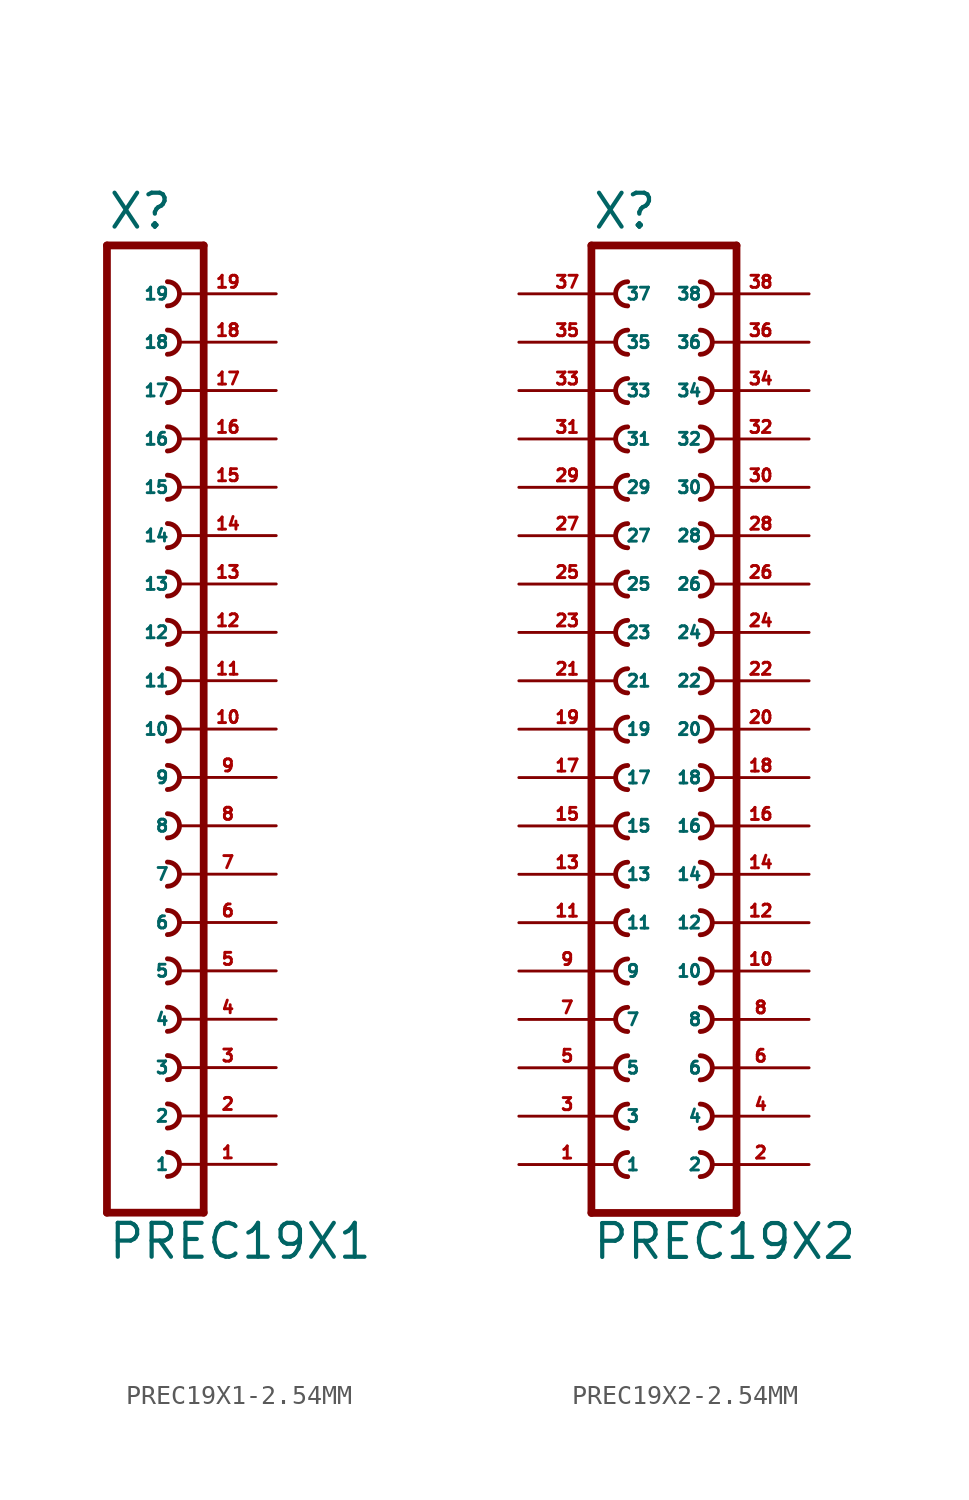
<source format=kicad_sym>
(kicad_symbol_lib
  (version 20220914)
  (generator Eagle2Kicad)
  (symbol "PREC19X1-2.54MM"
    (property "Reference" "X"
      (at -1.27 26.162 0)
      (effects (font (size 1.778 1.778) (thickness 0.22)) (justify left bottom)))
    (property "Value" "PREC19X1"
      (at -1.27 -27.94 0)
      (effects (font (size 1.778 1.778) (thickness 0.22)) (justify left bottom)))
    (polyline
      (pts (xy 3.81 -25.4) (xy -1.27 -25.4))
      (stroke (width 0.406) (type default))
      (fill (type none)))
    (arc
      (start 1.905 -13.335)
      (mid 2.540 -12.700)
      (end 1.905 -12.065)
      (stroke (width 0.254) (type default))
      (fill (type none)))
    (arc
      (start 1.905 -15.875)
      (mid 2.540 -15.240)
      (end 1.905 -14.605)
      (stroke (width 0.254) (type default))
      (fill (type none)))
    (arc
      (start 1.905 -18.415)
      (mid 2.540 -17.780)
      (end 1.905 -17.145)
      (stroke (width 0.254) (type default))
      (fill (type none)))
    (arc
      (start 1.905 -8.255)
      (mid 2.540 -7.620)
      (end 1.905 -6.985)
      (stroke (width 0.254) (type default))
      (fill (type none)))
    (arc
      (start 1.905 -10.795)
      (mid 2.540 -10.160)
      (end 1.905 -9.525)
      (stroke (width 0.254) (type default))
      (fill (type none)))
    (arc
      (start 1.905 -0.635)
      (mid 2.540 0.000)
      (end 1.905 0.635)
      (stroke (width 0.254) (type default))
      (fill (type none)))
    (arc
      (start 1.905 -3.175)
      (mid 2.540 -2.540)
      (end 1.905 -1.905)
      (stroke (width 0.254) (type default))
      (fill (type none)))
    (arc
      (start 1.905 -5.715)
      (mid 2.540 -5.080)
      (end 1.905 -4.445)
      (stroke (width 0.254) (type default))
      (fill (type none)))
    (arc
      (start 1.905 4.445)
      (mid 2.540 5.080)
      (end 1.905 5.715)
      (stroke (width 0.254) (type default))
      (fill (type none)))
    (arc
      (start 1.905 1.905)
      (mid 2.540 2.540)
      (end 1.905 3.175)
      (stroke (width 0.254) (type default))
      (fill (type none)))
    (arc
      (start 1.905 12.065)
      (mid 2.540 12.700)
      (end 1.905 13.335)
      (stroke (width 0.254) (type default))
      (fill (type none)))
    (arc
      (start 1.905 9.525)
      (mid 2.540 10.160)
      (end 1.905 10.795)
      (stroke (width 0.254) (type default))
      (fill (type none)))
    (arc
      (start 1.905 6.985)
      (mid 2.540 7.620)
      (end 1.905 8.255)
      (stroke (width 0.254) (type default))
      (fill (type none)))
    (arc
      (start 1.905 17.145)
      (mid 2.540 17.780)
      (end 1.905 18.415)
      (stroke (width 0.254) (type default))
      (fill (type none)))
    (arc
      (start 1.905 14.605)
      (mid 2.540 15.240)
      (end 1.905 15.875)
      (stroke (width 0.254) (type default))
      (fill (type none)))
    (polyline
      (pts (xy -1.27 25.4) (xy -1.27 -25.4))
      (stroke (width 0.406) (type default))
      (fill (type none)))
    (polyline
      (pts (xy 3.81 -25.4) (xy 3.81 25.4))
      (stroke (width 0.406) (type default))
      (fill (type none)))
    (polyline
      (pts (xy -1.27 25.4) (xy 3.81 25.4))
      (stroke (width 0.406) (type default))
      (fill (type none)))
    (arc
      (start 1.905 19.685)
      (mid 2.540 20.320)
      (end 1.905 20.955)
      (stroke (width 0.254) (type default))
      (fill (type none)))
    (arc
      (start 1.905 -20.955)
      (mid 2.540 -20.320)
      (end 1.905 -19.685)
      (stroke (width 0.254) (type default))
      (fill (type none)))
    (arc
      (start 1.905 22.225)
      (mid 2.540 22.860)
      (end 1.905 23.495)
      (stroke (width 0.254) (type default))
      (fill (type none)))
    (arc
      (start 1.905 -23.495)
      (mid 2.540 -22.860)
      (end 1.905 -22.225)
      (stroke (width 0.254) (type default))
      (fill (type none)))
    (pin passive line
      (at 7.62 -22.86 180)
      (length 5.08)
      (name "1" (effects (font (size 0.635 0.635) (thickness 0.08)) (justify left bottom)))
      (number "1" (effects (font (size 0.635 0.635) (thickness 0.08)) (justify left bottom))))
    (pin passive line
      (at 7.62 -20.32 180)
      (length 5.08)
      (name "2" (effects (font (size 0.635 0.635) (thickness 0.08)) (justify left bottom)))
      (number "2" (effects (font (size 0.635 0.635) (thickness 0.08)) (justify left bottom))))
    (pin passive line
      (at 7.62 -17.78 180)
      (length 5.08)
      (name "3" (effects (font (size 0.635 0.635) (thickness 0.08)) (justify left bottom)))
      (number "3" (effects (font (size 0.635 0.635) (thickness 0.08)) (justify left bottom))))
    (pin passive line
      (at 7.62 -15.24 180)
      (length 5.08)
      (name "4" (effects (font (size 0.635 0.635) (thickness 0.08)) (justify left bottom)))
      (number "4" (effects (font (size 0.635 0.635) (thickness 0.08)) (justify left bottom))))
    (pin passive line
      (at 7.62 -12.7 180)
      (length 5.08)
      (name "5" (effects (font (size 0.635 0.635) (thickness 0.08)) (justify left bottom)))
      (number "5" (effects (font (size 0.635 0.635) (thickness 0.08)) (justify left bottom))))
    (pin passive line
      (at 7.62 -10.16 180)
      (length 5.08)
      (name "6" (effects (font (size 0.635 0.635) (thickness 0.08)) (justify left bottom)))
      (number "6" (effects (font (size 0.635 0.635) (thickness 0.08)) (justify left bottom))))
    (pin passive line
      (at 7.62 -7.62 180)
      (length 5.08)
      (name "7" (effects (font (size 0.635 0.635) (thickness 0.08)) (justify left bottom)))
      (number "7" (effects (font (size 0.635 0.635) (thickness 0.08)) (justify left bottom))))
    (pin passive line
      (at 7.62 -5.08 180)
      (length 5.08)
      (name "8" (effects (font (size 0.635 0.635) (thickness 0.08)) (justify left bottom)))
      (number "8" (effects (font (size 0.635 0.635) (thickness 0.08)) (justify left bottom))))
    (pin passive line
      (at 7.62 -2.54 180)
      (length 5.08)
      (name "9" (effects (font (size 0.635 0.635) (thickness 0.08)) (justify left bottom)))
      (number "9" (effects (font (size 0.635 0.635) (thickness 0.08)) (justify left bottom))))
    (pin passive line
      (at 7.62 0 180)
      (length 5.08)
      (name "10" (effects (font (size 0.635 0.635) (thickness 0.08)) (justify left bottom)))
      (number "10" (effects (font (size 0.635 0.635) (thickness 0.08)) (justify left bottom))))
    (pin passive line
      (at 7.62 2.54 180)
      (length 5.08)
      (name "11" (effects (font (size 0.635 0.635) (thickness 0.08)) (justify left bottom)))
      (number "11" (effects (font (size 0.635 0.635) (thickness 0.08)) (justify left bottom))))
    (pin passive line
      (at 7.62 5.08 180)
      (length 5.08)
      (name "12" (effects (font (size 0.635 0.635) (thickness 0.08)) (justify left bottom)))
      (number "12" (effects (font (size 0.635 0.635) (thickness 0.08)) (justify left bottom))))
    (pin passive line
      (at 7.62 7.62 180)
      (length 5.08)
      (name "13" (effects (font (size 0.635 0.635) (thickness 0.08)) (justify left bottom)))
      (number "13" (effects (font (size 0.635 0.635) (thickness 0.08)) (justify left bottom))))
    (pin passive line
      (at 7.62 10.16 180)
      (length 5.08)
      (name "14" (effects (font (size 0.635 0.635) (thickness 0.08)) (justify left bottom)))
      (number "14" (effects (font (size 0.635 0.635) (thickness 0.08)) (justify left bottom))))
    (pin passive line
      (at 7.62 12.7 180)
      (length 5.08)
      (name "15" (effects (font (size 0.635 0.635) (thickness 0.08)) (justify left bottom)))
      (number "15" (effects (font (size 0.635 0.635) (thickness 0.08)) (justify left bottom))))
    (pin passive line
      (at 7.62 15.24 180)
      (length 5.08)
      (name "16" (effects (font (size 0.635 0.635) (thickness 0.08)) (justify left bottom)))
      (number "16" (effects (font (size 0.635 0.635) (thickness 0.08)) (justify left bottom))))
    (pin passive line
      (at 7.62 17.78 180)
      (length 5.08)
      (name "17" (effects (font (size 0.635 0.635) (thickness 0.08)) (justify left bottom)))
      (number "17" (effects (font (size 0.635 0.635) (thickness 0.08)) (justify left bottom))))
    (pin passive line
      (at 7.62 20.32 180)
      (length 5.08)
      (name "18" (effects (font (size 0.635 0.635) (thickness 0.08)) (justify left bottom)))
      (number "18" (effects (font (size 0.635 0.635) (thickness 0.08)) (justify left bottom))))
    (pin passive line
      (at 7.62 22.86 180)
      (length 5.08)
      (name "19" (effects (font (size 0.635 0.635) (thickness 0.08)) (justify left bottom)))
      (number "19" (effects (font (size 0.635 0.635) (thickness 0.08)) (justify left bottom)))))
  (symbol "PREC19X2-2.54MM"
    (property "Reference" "X"
      (at -3.81 26.162 0)
      (effects (font (size 1.778 1.778) (thickness 0.22)) (justify left bottom)))
    (property "Value" "PREC19X2"
      (at -3.81 -27.94 0)
      (effects (font (size 1.778 1.778) (thickness 0.22)) (justify left bottom)))
    (polyline
      (pts (xy 3.81 -25.4) (xy -3.81 -25.4))
      (stroke (width 0.406) (type default))
      (fill (type none)))
    (arc
      (start -1.905 -14.605)
      (mid -2.540 -15.240)
      (end -1.905 -15.875)
      (stroke (width 0.254) (type default))
      (fill (type none)))
    (arc
      (start -1.905 -17.145)
      (mid -2.540 -17.780)
      (end -1.905 -18.415)
      (stroke (width 0.254) (type default))
      (fill (type none)))
    (arc
      (start -1.905 -19.685)
      (mid -2.540 -20.320)
      (end -1.905 -20.955)
      (stroke (width 0.254) (type default))
      (fill (type none)))
    (arc
      (start 1.905 -15.875)
      (mid 2.540 -15.240)
      (end 1.905 -14.605)
      (stroke (width 0.254) (type default))
      (fill (type none)))
    (arc
      (start 1.905 -18.415)
      (mid 2.540 -17.780)
      (end 1.905 -17.145)
      (stroke (width 0.254) (type default))
      (fill (type none)))
    (arc
      (start 1.905 -20.955)
      (mid 2.540 -20.320)
      (end 1.905 -19.685)
      (stroke (width 0.254) (type default))
      (fill (type none)))
    (arc
      (start -1.905 -9.525)
      (mid -2.540 -10.160)
      (end -1.905 -10.795)
      (stroke (width 0.254) (type default))
      (fill (type none)))
    (arc
      (start -1.905 -12.065)
      (mid -2.540 -12.700)
      (end -1.905 -13.335)
      (stroke (width 0.254) (type default))
      (fill (type none)))
    (arc
      (start 1.905 -10.795)
      (mid 2.540 -10.160)
      (end 1.905 -9.525)
      (stroke (width 0.254) (type default))
      (fill (type none)))
    (arc
      (start 1.905 -13.335)
      (mid 2.540 -12.700)
      (end 1.905 -12.065)
      (stroke (width 0.254) (type default))
      (fill (type none)))
    (arc
      (start -1.905 -1.905)
      (mid -2.540 -2.540)
      (end -1.905 -3.175)
      (stroke (width 0.254) (type default))
      (fill (type none)))
    (arc
      (start -1.905 -4.445)
      (mid -2.540 -5.080)
      (end -1.905 -5.715)
      (stroke (width 0.254) (type default))
      (fill (type none)))
    (arc
      (start -1.905 -6.985)
      (mid -2.540 -7.620)
      (end -1.905 -8.255)
      (stroke (width 0.254) (type default))
      (fill (type none)))
    (arc
      (start 1.905 -3.175)
      (mid 2.540 -2.540)
      (end 1.905 -1.905)
      (stroke (width 0.254) (type default))
      (fill (type none)))
    (arc
      (start 1.905 -5.715)
      (mid 2.540 -5.080)
      (end 1.905 -4.445)
      (stroke (width 0.254) (type default))
      (fill (type none)))
    (arc
      (start 1.905 -8.255)
      (mid 2.540 -7.620)
      (end 1.905 -6.985)
      (stroke (width 0.254) (type default))
      (fill (type none)))
    (arc
      (start -1.905 3.175)
      (mid -2.540 2.540)
      (end -1.905 1.905)
      (stroke (width 0.254) (type default))
      (fill (type none)))
    (arc
      (start -1.905 0.635)
      (mid -2.540 0.000)
      (end -1.905 -0.635)
      (stroke (width 0.254) (type default))
      (fill (type none)))
    (arc
      (start 1.905 1.905)
      (mid 2.540 2.540)
      (end 1.905 3.175)
      (stroke (width 0.254) (type default))
      (fill (type none)))
    (arc
      (start 1.905 -0.635)
      (mid 2.540 0.000)
      (end 1.905 0.635)
      (stroke (width 0.254) (type default))
      (fill (type none)))
    (arc
      (start -1.905 10.795)
      (mid -2.540 10.160)
      (end -1.905 9.525)
      (stroke (width 0.254) (type default))
      (fill (type none)))
    (arc
      (start -1.905 8.255)
      (mid -2.540 7.620)
      (end -1.905 6.985)
      (stroke (width 0.254) (type default))
      (fill (type none)))
    (arc
      (start -1.905 5.715)
      (mid -2.540 5.080)
      (end -1.905 4.445)
      (stroke (width 0.254) (type default))
      (fill (type none)))
    (arc
      (start 1.905 9.525)
      (mid 2.540 10.160)
      (end 1.905 10.795)
      (stroke (width 0.254) (type default))
      (fill (type none)))
    (arc
      (start 1.905 6.985)
      (mid 2.540 7.620)
      (end 1.905 8.255)
      (stroke (width 0.254) (type default))
      (fill (type none)))
    (arc
      (start 1.905 4.445)
      (mid 2.540 5.080)
      (end 1.905 5.715)
      (stroke (width 0.254) (type default))
      (fill (type none)))
    (arc
      (start -1.905 15.875)
      (mid -2.540 15.240)
      (end -1.905 14.605)
      (stroke (width 0.254) (type default))
      (fill (type none)))
    (arc
      (start -1.905 13.335)
      (mid -2.540 12.700)
      (end -1.905 12.065)
      (stroke (width 0.254) (type default))
      (fill (type none)))
    (arc
      (start 1.905 14.605)
      (mid 2.540 15.240)
      (end 1.905 15.875)
      (stroke (width 0.254) (type default))
      (fill (type none)))
    (arc
      (start 1.905 12.065)
      (mid 2.540 12.700)
      (end 1.905 13.335)
      (stroke (width 0.254) (type default))
      (fill (type none)))
    (arc
      (start -1.905 20.955)
      (mid -2.540 20.320)
      (end -1.905 19.685)
      (stroke (width 0.254) (type default))
      (fill (type none)))
    (arc
      (start -1.905 18.415)
      (mid -2.540 17.780)
      (end -1.905 17.145)
      (stroke (width 0.254) (type default))
      (fill (type none)))
    (arc
      (start 1.905 19.685)
      (mid 2.540 20.320)
      (end 1.905 20.955)
      (stroke (width 0.254) (type default))
      (fill (type none)))
    (arc
      (start 1.905 17.145)
      (mid 2.540 17.780)
      (end 1.905 18.415)
      (stroke (width 0.254) (type default))
      (fill (type none)))
    (polyline
      (pts (xy -3.81 25.4) (xy -3.81 -25.4))
      (stroke (width 0.406) (type default))
      (fill (type none)))
    (polyline
      (pts (xy 3.81 -25.4) (xy 3.81 25.4))
      (stroke (width 0.406) (type default))
      (fill (type none)))
    (polyline
      (pts (xy -3.81 25.4) (xy 3.81 25.4))
      (stroke (width 0.406) (type default))
      (fill (type none)))
    (arc
      (start -1.905 23.495)
      (mid -2.540 22.860)
      (end -1.905 22.225)
      (stroke (width 0.254) (type default))
      (fill (type none)))
    (arc
      (start 1.905 22.225)
      (mid 2.540 22.860)
      (end 1.905 23.495)
      (stroke (width 0.254) (type default))
      (fill (type none)))
    (arc
      (start -1.905 -22.225)
      (mid -2.540 -22.860)
      (end -1.905 -23.495)
      (stroke (width 0.254) (type default))
      (fill (type none)))
    (arc
      (start 1.905 -23.495)
      (mid 2.540 -22.860)
      (end 1.905 -22.225)
      (stroke (width 0.254) (type default))
      (fill (type none)))
    (pin passive line
      (at -7.62 -22.86 0)
      (length 5.08)
      (name "1" (effects (font (size 0.635 0.635) (thickness 0.08)) (justify left bottom)))
      (number "1" (effects (font (size 0.635 0.635) (thickness 0.08)) (justify left bottom))))
    (pin passive line
      (at 7.62 -22.86 180)
      (length 5.08)
      (name "2" (effects (font (size 0.635 0.635) (thickness 0.08)) (justify left bottom)))
      (number "2" (effects (font (size 0.635 0.635) (thickness 0.08)) (justify left bottom))))
    (pin passive line
      (at -7.62 -20.32 0)
      (length 5.08)
      (name "3" (effects (font (size 0.635 0.635) (thickness 0.08)) (justify left bottom)))
      (number "3" (effects (font (size 0.635 0.635) (thickness 0.08)) (justify left bottom))))
    (pin passive line
      (at 7.62 -20.32 180)
      (length 5.08)
      (name "4" (effects (font (size 0.635 0.635) (thickness 0.08)) (justify left bottom)))
      (number "4" (effects (font (size 0.635 0.635) (thickness 0.08)) (justify left bottom))))
    (pin passive line
      (at -7.62 -17.78 0)
      (length 5.08)
      (name "5" (effects (font (size 0.635 0.635) (thickness 0.08)) (justify left bottom)))
      (number "5" (effects (font (size 0.635 0.635) (thickness 0.08)) (justify left bottom))))
    (pin passive line
      (at 7.62 -17.78 180)
      (length 5.08)
      (name "6" (effects (font (size 0.635 0.635) (thickness 0.08)) (justify left bottom)))
      (number "6" (effects (font (size 0.635 0.635) (thickness 0.08)) (justify left bottom))))
    (pin passive line
      (at -7.62 -15.24 0)
      (length 5.08)
      (name "7" (effects (font (size 0.635 0.635) (thickness 0.08)) (justify left bottom)))
      (number "7" (effects (font (size 0.635 0.635) (thickness 0.08)) (justify left bottom))))
    (pin passive line
      (at 7.62 -15.24 180)
      (length 5.08)
      (name "8" (effects (font (size 0.635 0.635) (thickness 0.08)) (justify left bottom)))
      (number "8" (effects (font (size 0.635 0.635) (thickness 0.08)) (justify left bottom))))
    (pin passive line
      (at -7.62 -12.7 0)
      (length 5.08)
      (name "9" (effects (font (size 0.635 0.635) (thickness 0.08)) (justify left bottom)))
      (number "9" (effects (font (size 0.635 0.635) (thickness 0.08)) (justify left bottom))))
    (pin passive line
      (at 7.62 -12.7 180)
      (length 5.08)
      (name "10" (effects (font (size 0.635 0.635) (thickness 0.08)) (justify left bottom)))
      (number "10" (effects (font (size 0.635 0.635) (thickness 0.08)) (justify left bottom))))
    (pin passive line
      (at -7.62 -10.16 0)
      (length 5.08)
      (name "11" (effects (font (size 0.635 0.635) (thickness 0.08)) (justify left bottom)))
      (number "11" (effects (font (size 0.635 0.635) (thickness 0.08)) (justify left bottom))))
    (pin passive line
      (at 7.62 -10.16 180)
      (length 5.08)
      (name "12" (effects (font (size 0.635 0.635) (thickness 0.08)) (justify left bottom)))
      (number "12" (effects (font (size 0.635 0.635) (thickness 0.08)) (justify left bottom))))
    (pin passive line
      (at -7.62 -7.62 0)
      (length 5.08)
      (name "13" (effects (font (size 0.635 0.635) (thickness 0.08)) (justify left bottom)))
      (number "13" (effects (font (size 0.635 0.635) (thickness 0.08)) (justify left bottom))))
    (pin passive line
      (at 7.62 -7.62 180)
      (length 5.08)
      (name "14" (effects (font (size 0.635 0.635) (thickness 0.08)) (justify left bottom)))
      (number "14" (effects (font (size 0.635 0.635) (thickness 0.08)) (justify left bottom))))
    (pin passive line
      (at -7.62 -5.08 0)
      (length 5.08)
      (name "15" (effects (font (size 0.635 0.635) (thickness 0.08)) (justify left bottom)))
      (number "15" (effects (font (size 0.635 0.635) (thickness 0.08)) (justify left bottom))))
    (pin passive line
      (at 7.62 -5.08 180)
      (length 5.08)
      (name "16" (effects (font (size 0.635 0.635) (thickness 0.08)) (justify left bottom)))
      (number "16" (effects (font (size 0.635 0.635) (thickness 0.08)) (justify left bottom))))
    (pin passive line
      (at -7.62 -2.54 0)
      (length 5.08)
      (name "17" (effects (font (size 0.635 0.635) (thickness 0.08)) (justify left bottom)))
      (number "17" (effects (font (size 0.635 0.635) (thickness 0.08)) (justify left bottom))))
    (pin passive line
      (at 7.62 -2.54 180)
      (length 5.08)
      (name "18" (effects (font (size 0.635 0.635) (thickness 0.08)) (justify left bottom)))
      (number "18" (effects (font (size 0.635 0.635) (thickness 0.08)) (justify left bottom))))
    (pin passive line
      (at -7.62 0 0)
      (length 5.08)
      (name "19" (effects (font (size 0.635 0.635) (thickness 0.08)) (justify left bottom)))
      (number "19" (effects (font (size 0.635 0.635) (thickness 0.08)) (justify left bottom))))
    (pin passive line
      (at 7.62 0 180)
      (length 5.08)
      (name "20" (effects (font (size 0.635 0.635) (thickness 0.08)) (justify left bottom)))
      (number "20" (effects (font (size 0.635 0.635) (thickness 0.08)) (justify left bottom))))
    (pin passive line
      (at -7.62 2.54 0)
      (length 5.08)
      (name "21" (effects (font (size 0.635 0.635) (thickness 0.08)) (justify left bottom)))
      (number "21" (effects (font (size 0.635 0.635) (thickness 0.08)) (justify left bottom))))
    (pin passive line
      (at 7.62 2.54 180)
      (length 5.08)
      (name "22" (effects (font (size 0.635 0.635) (thickness 0.08)) (justify left bottom)))
      (number "22" (effects (font (size 0.635 0.635) (thickness 0.08)) (justify left bottom))))
    (pin passive line
      (at -7.62 5.08 0)
      (length 5.08)
      (name "23" (effects (font (size 0.635 0.635) (thickness 0.08)) (justify left bottom)))
      (number "23" (effects (font (size 0.635 0.635) (thickness 0.08)) (justify left bottom))))
    (pin passive line
      (at 7.62 5.08 180)
      (length 5.08)
      (name "24" (effects (font (size 0.635 0.635) (thickness 0.08)) (justify left bottom)))
      (number "24" (effects (font (size 0.635 0.635) (thickness 0.08)) (justify left bottom))))
    (pin passive line
      (at -7.62 7.62 0)
      (length 5.08)
      (name "25" (effects (font (size 0.635 0.635) (thickness 0.08)) (justify left bottom)))
      (number "25" (effects (font (size 0.635 0.635) (thickness 0.08)) (justify left bottom))))
    (pin passive line
      (at 7.62 7.62 180)
      (length 5.08)
      (name "26" (effects (font (size 0.635 0.635) (thickness 0.08)) (justify left bottom)))
      (number "26" (effects (font (size 0.635 0.635) (thickness 0.08)) (justify left bottom))))
    (pin passive line
      (at -7.62 10.16 0)
      (length 5.08)
      (name "27" (effects (font (size 0.635 0.635) (thickness 0.08)) (justify left bottom)))
      (number "27" (effects (font (size 0.635 0.635) (thickness 0.08)) (justify left bottom))))
    (pin passive line
      (at 7.62 10.16 180)
      (length 5.08)
      (name "28" (effects (font (size 0.635 0.635) (thickness 0.08)) (justify left bottom)))
      (number "28" (effects (font (size 0.635 0.635) (thickness 0.08)) (justify left bottom))))
    (pin passive line
      (at -7.62 12.7 0)
      (length 5.08)
      (name "29" (effects (font (size 0.635 0.635) (thickness 0.08)) (justify left bottom)))
      (number "29" (effects (font (size 0.635 0.635) (thickness 0.08)) (justify left bottom))))
    (pin passive line
      (at 7.62 12.7 180)
      (length 5.08)
      (name "30" (effects (font (size 0.635 0.635) (thickness 0.08)) (justify left bottom)))
      (number "30" (effects (font (size 0.635 0.635) (thickness 0.08)) (justify left bottom))))
    (pin passive line
      (at -7.62 15.24 0)
      (length 5.08)
      (name "31" (effects (font (size 0.635 0.635) (thickness 0.08)) (justify left bottom)))
      (number "31" (effects (font (size 0.635 0.635) (thickness 0.08)) (justify left bottom))))
    (pin passive line
      (at 7.62 15.24 180)
      (length 5.08)
      (name "32" (effects (font (size 0.635 0.635) (thickness 0.08)) (justify left bottom)))
      (number "32" (effects (font (size 0.635 0.635) (thickness 0.08)) (justify left bottom))))
    (pin passive line
      (at -7.62 17.78 0)
      (length 5.08)
      (name "33" (effects (font (size 0.635 0.635) (thickness 0.08)) (justify left bottom)))
      (number "33" (effects (font (size 0.635 0.635) (thickness 0.08)) (justify left bottom))))
    (pin passive line
      (at 7.62 17.78 180)
      (length 5.08)
      (name "34" (effects (font (size 0.635 0.635) (thickness 0.08)) (justify left bottom)))
      (number "34" (effects (font (size 0.635 0.635) (thickness 0.08)) (justify left bottom))))
    (pin passive line
      (at -7.62 20.32 0)
      (length 5.08)
      (name "35" (effects (font (size 0.635 0.635) (thickness 0.08)) (justify left bottom)))
      (number "35" (effects (font (size 0.635 0.635) (thickness 0.08)) (justify left bottom))))
    (pin passive line
      (at 7.62 20.32 180)
      (length 5.08)
      (name "36" (effects (font (size 0.635 0.635) (thickness 0.08)) (justify left bottom)))
      (number "36" (effects (font (size 0.635 0.635) (thickness 0.08)) (justify left bottom))))
    (pin passive line
      (at -7.62 22.86 0)
      (length 5.08)
      (name "37" (effects (font (size 0.635 0.635) (thickness 0.08)) (justify left bottom)))
      (number "37" (effects (font (size 0.635 0.635) (thickness 0.08)) (justify left bottom))))
    (pin passive line
      (at 7.62 22.86 180)
      (length 5.08)
      (name "38" (effects (font (size 0.635 0.635) (thickness 0.08)) (justify left bottom)))
      (number "38" (effects (font (size 0.635 0.635) (thickness 0.08)) (justify left bottom))))))
</source>
